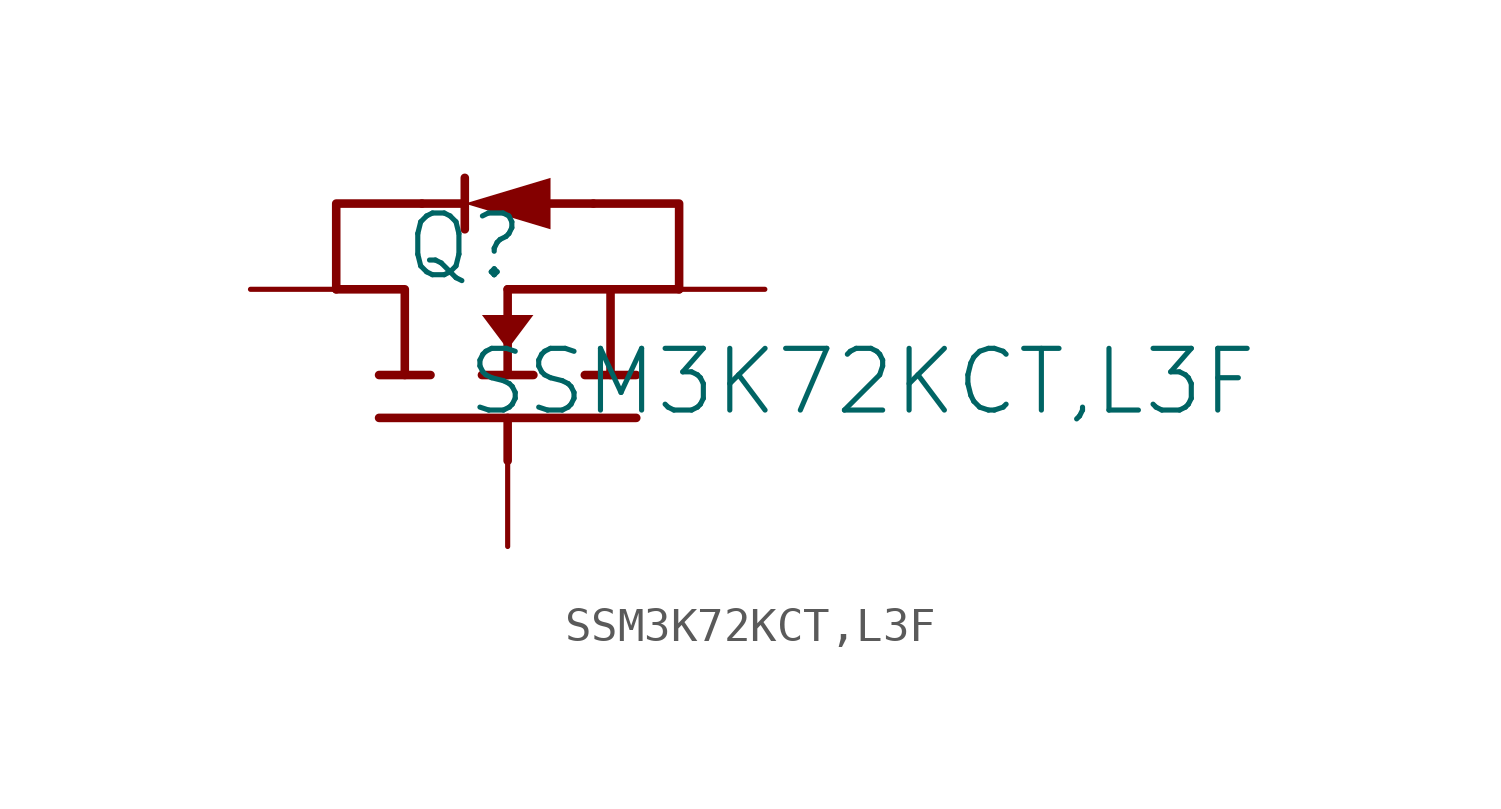
<source format=kicad_sym>
(kicad_symbol_lib
  (version 20231120)
  (generator "kicad_symbol_editor")
  (generator_version "8.0")
  (symbol "SSM3K72KCT,L3F"
    (property "Reference" "Q"
      (at -1.27 1.27 0)
      (effects (font (size 1.829 1.829))))
    (property "Value" "SSM3K72KCT,L3F"
      (at -1.27 -3.81 0)
      (effects (font (size 1.829 1.829)) (justify left bottom)))
    (symbol "SSM3K72KCT,L3F_1_0"
      (polyline (pts (xy -3.81 -3.81) (xy 3.81 -3.81)) (stroke (width 0.254) (type solid)) (fill (type none)))
      (polyline (pts (xy -3.81 -2.54) (xy -2.286 -2.54)) (stroke (width 0.254) (type solid)) (fill (type none)))
      (polyline (pts (xy -2.54 2.54) (xy -1.27 2.54)) (stroke (width 0.254) (type solid)) (fill (type none)))
      (polyline (pts (xy -1.27 3.302) (xy -1.27 1.778)) (stroke (width 0.254) (type solid)) (fill (type none)))
      (polyline (pts (xy -0.762 -2.54) (xy 0.762 -2.54)) (stroke (width 0.254) (type solid)) (fill (type none)))
      (polyline (pts (xy 0 -3.81) (xy 0 -5.08)) (stroke (width 0.254) (type solid)) (fill (type none)))
      (polyline (pts (xy 0 0) (xy 0 -2.54)) (stroke (width 0.254) (type solid)) (fill (type none)))
      (polyline (pts (xy 0 0) (xy 3.048 0)) (stroke (width 0.254) (type solid)) (fill (type none)))
      (polyline (pts (xy 1.27 2.54) (xy 2.54 2.54)) (stroke (width 0.254) (type solid)) (fill (type none)))
      (polyline (pts (xy 2.286 -2.54) (xy 3.81 -2.54)) (stroke (width 0.254) (type solid)) (fill (type none)))
      (polyline (pts (xy -5.08 0) (xy -5.08 2.54) (xy -2.54 2.54)) (stroke (width 0.254) (type solid)) (fill (type none)))
      (polyline (pts (xy -5.08 0) (xy -3.048 0) (xy -3.048 -2.54)) (stroke (width 0.254) (type solid)) (fill (type none)))
      (polyline (pts (xy 2.54 2.54) (xy 5.08 2.54) (xy 5.08 0)) (stroke (width 0.254) (type solid)) (fill (type none)))
      (polyline (pts (xy 5.08 0) (xy 3.048 0) (xy 3.048 -2.54)) (stroke (width 0.254) (type solid)) (fill (type none)))
      (polyline (pts (xy 0 -1.778) (xy 0.762 -0.762) (xy -0.762 -0.762) (xy 0 -1.778) (xy 0 -1.778)) (stroke (width -0.0001) (type solid)) (fill (type outline)))
      (polyline (pts (xy 1.27 2.54) (xy 1.27 1.778) (xy -1.27 2.54) (xy 1.27 3.302) (xy 1.27 2.54) (xy 1.27 2.54)) (stroke (width -0.0001) (type solid)) (fill (type outline)))
      (pin passive line (at -7.62 0 0) (length 2.54) (name "D" (effects (font (size 0 0)))) (number "D" (effects (font (size 0 0)))))
      (pin passive line (at 0 -7.62 90) (length 2.54) (name "G" (effects (font (size 0 0)))) (number "G" (effects (font (size 0 0)))))
      (pin passive line (at 7.62 0 180) (length 2.54) (name "S" (effects (font (size 0 0)))) (number "S" (effects (font (size 0 0))))))))
</source>
